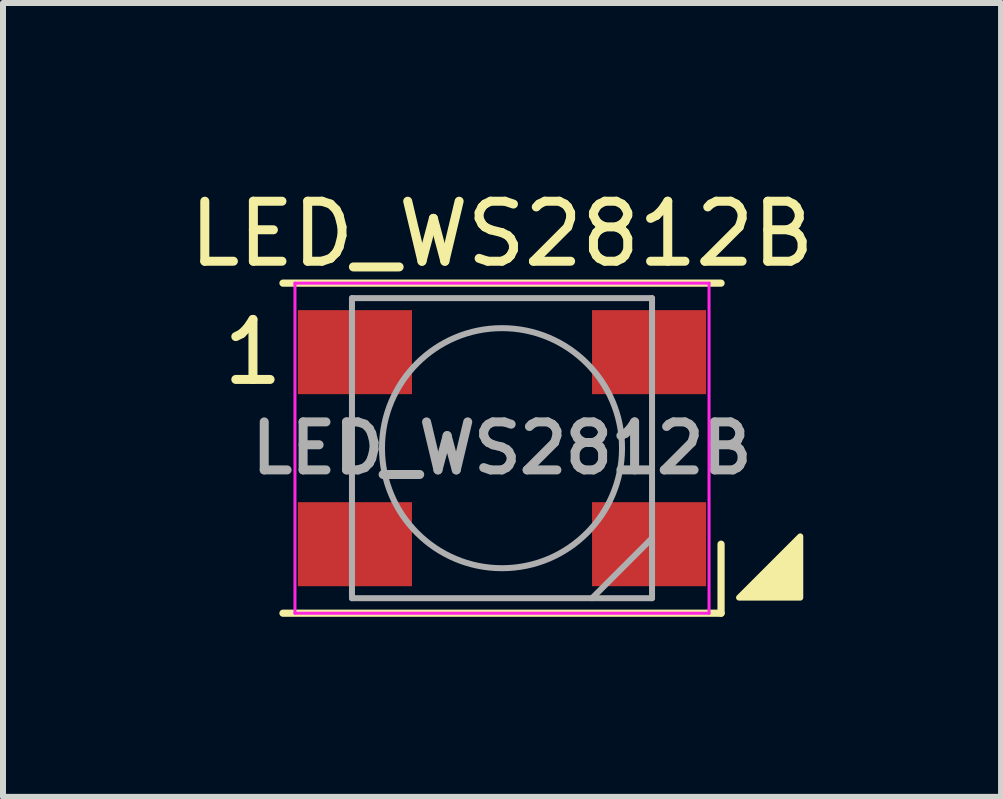
<source format=kicad_pcb>
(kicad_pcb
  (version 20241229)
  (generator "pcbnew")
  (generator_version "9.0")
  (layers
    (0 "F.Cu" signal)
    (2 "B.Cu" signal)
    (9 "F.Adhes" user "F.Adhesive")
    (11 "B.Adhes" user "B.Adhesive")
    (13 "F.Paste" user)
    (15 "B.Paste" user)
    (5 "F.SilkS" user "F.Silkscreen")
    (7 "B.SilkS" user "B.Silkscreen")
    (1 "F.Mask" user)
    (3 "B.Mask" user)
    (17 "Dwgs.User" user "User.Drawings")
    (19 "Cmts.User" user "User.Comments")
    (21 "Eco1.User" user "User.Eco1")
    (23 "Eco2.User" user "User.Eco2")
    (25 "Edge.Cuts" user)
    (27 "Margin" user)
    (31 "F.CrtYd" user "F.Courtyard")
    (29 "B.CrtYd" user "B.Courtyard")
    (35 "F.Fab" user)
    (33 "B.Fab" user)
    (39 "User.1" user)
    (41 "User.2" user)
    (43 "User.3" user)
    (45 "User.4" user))
  (footprint "LED_WS2812B"
    (layer "F.Cu")
    (at 5.315 4.418)
    (property "Reference" "LED_WS2812B" (at 0 -3.57 0) (layer "F.SilkS") (effects (font (size 1 1) (thickness 0.15))))
    (attr through_hole)
    (fp_line (start -3.65 -2.75) (end 3.65 -2.75) (stroke (width 0.12) (type solid)) (layer "F.SilkS"))
    (fp_line (start -3.65 2.75) (end 3.65 2.75) (stroke (width 0.12) (type solid)) (layer "F.SilkS"))
    (fp_line (start 3.65 2.75) (end 3.65 1.6) (stroke (width 0.12) (type solid)) (layer "F.SilkS"))
    (fp_poly (pts (xy 4.97 2.49) (xy 3.95 2.49) (xy 4.97 1.47)) (stroke (width 0.1) (type solid)) (fill yes) (layer "F.SilkS"))
    (fp_line (start -3.45 -2.75) (end -3.45 2.75) (stroke (width 0.05) (type solid)) (layer "F.CrtYd"))
    (fp_line (start -3.45 2.75) (end 3.45 2.75) (stroke (width 0.05) (type solid)) (layer "F.CrtYd"))
    (fp_line (start 3.45 -2.75) (end -3.45 -2.75) (stroke (width 0.05) (type solid)) (layer "F.CrtYd"))
    (fp_line (start 3.45 2.75) (end 3.45 -2.75) (stroke (width 0.05) (type solid)) (layer "F.CrtYd"))
    (fp_line (start -2.5 -2.5) (end -2.5 2.5) (stroke (width 0.1) (type solid)) (layer "F.Fab"))
    (fp_line (start -2.5 2.5) (end 2.5 2.5) (stroke (width 0.1) (type solid)) (layer "F.Fab"))
    (fp_line (start 2.5 -2.5) (end -2.5 -2.5) (stroke (width 0.1) (type solid)) (layer "F.Fab"))
    (fp_line (start 2.5 1.5) (end 1.5 2.5) (stroke (width 0.1) (type solid)) (layer "F.Fab"))
    (fp_line (start 2.5 2.5) (end 2.5 -2.5) (stroke (width 0.1) (type solid)) (layer "F.Fab"))
    (fp_circle (center 0 0) (end 0 -2) (stroke (width 0.1) (type solid)) (fill no) (layer "F.Fab"))
    (fp_text user "1" (at -4.15 -1.6 0) (layer "F.SilkS") (effects (font (size 1 1) (thickness 0.15))))
    (fp_text user "${REFERENCE}" (at 0 0 0) (layer "F.Fab") (effects (font (size 0.8 0.8) (thickness 0.15))))
    (pad "1" smd rect (at -2.45 -1.6) (size 1.9 1.4) (layers "F.Cu" "F.Mask" "F.Paste"))
    (pad "2" smd rect (at -2.45 1.6) (size 1.9 1.4) (layers "F.Cu" "F.Mask" "F.Paste"))
    (pad "3" smd rect (at 2.45 1.6) (size 1.9 1.4) (layers "F.Cu" "F.Mask" "F.Paste"))
    (pad "4" smd rect (at 2.45 -1.6) (size 1.9 1.4) (layers "F.Cu" "F.Mask" "F.Paste")))
  (gr_rect
    (start -3 -3)
    (end 13.631 10.228)
    (stroke (width 0.1) (type default))
    (fill no)
    (layer "Edge.Cuts")))
</source>
